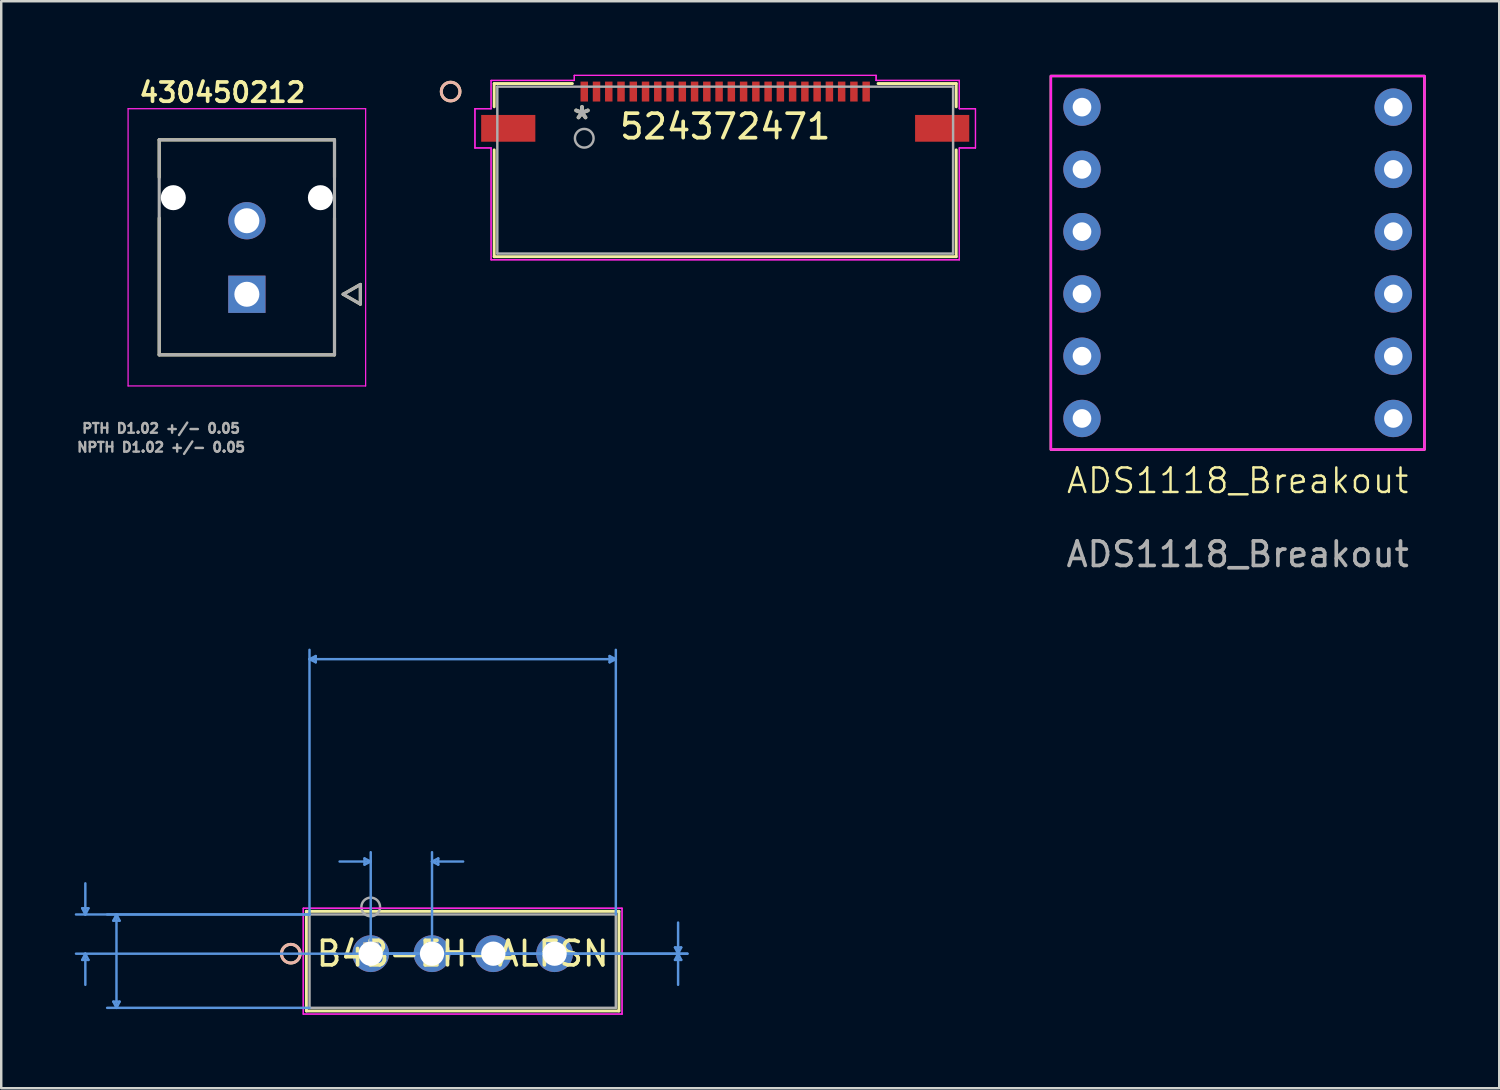
<source format=kicad_pcb>
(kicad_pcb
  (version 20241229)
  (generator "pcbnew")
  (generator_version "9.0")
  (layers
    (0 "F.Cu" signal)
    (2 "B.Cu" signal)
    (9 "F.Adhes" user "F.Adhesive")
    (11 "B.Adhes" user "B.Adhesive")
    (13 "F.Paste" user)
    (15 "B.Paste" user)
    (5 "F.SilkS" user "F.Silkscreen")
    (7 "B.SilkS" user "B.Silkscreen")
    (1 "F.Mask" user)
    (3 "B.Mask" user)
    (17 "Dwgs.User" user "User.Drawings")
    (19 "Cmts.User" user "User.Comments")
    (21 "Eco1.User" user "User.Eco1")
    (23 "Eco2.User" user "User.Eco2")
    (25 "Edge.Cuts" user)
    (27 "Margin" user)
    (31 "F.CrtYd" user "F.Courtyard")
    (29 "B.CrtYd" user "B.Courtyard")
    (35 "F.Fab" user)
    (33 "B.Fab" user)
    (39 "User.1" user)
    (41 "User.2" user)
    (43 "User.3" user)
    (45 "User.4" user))
  (footprint "430450212"
    (layer "F.Cu")
    (at 7.02 8.954)
    (property "Reference" "430450212" (at -1 -8.23 0) (layer "F.SilkS") (effects (font (size 0.787 0.787) (thickness 0.15))))
    (attr through_hole)
    (fp_circle (center -3 -3.94) (end -2.707 -3.94) (stroke (width 0.586) (type solid)) (fill no) (layer "F.Mask"))
    (fp_circle (center 0 -3) (end 0.418 -3) (stroke (width 0.836) (type solid)) (fill no) (layer "F.Mask"))
    (fp_circle (center 3 -3.94) (end 3.293 -3.94) (stroke (width 0.586) (type solid)) (fill no) (layer "F.Mask"))
    (fp_poly (pts (xy -0.836 -0.836) (xy 0.836 -0.836) (xy 0.836 0.836) (xy -0.836 0.836)) (stroke (width 0.01) (type solid)) (fill yes) (layer "F.Mask"))
    (fp_circle (center -3 -3.94) (end -2.707 -3.94) (stroke (width 0.586) (type solid)) (fill no) (layer "B.Mask"))
    (fp_circle (center 0 -3) (end 0.418 -3) (stroke (width 0.836) (type solid)) (fill no) (layer "B.Mask"))
    (fp_circle (center 3 -3.94) (end 3.293 -3.94) (stroke (width 0.586) (type solid)) (fill no) (layer "B.Mask"))
    (fp_poly (pts (xy -0.836 -0.836) (xy 0.836 -0.836) (xy 0.836 0.836) (xy -0.836 0.836)) (stroke (width 0.01) (type solid)) (fill yes) (layer "B.Mask"))
    (fp_line (start -3.575 -6.3) (end 3.575 -6.3) (stroke (width 0.127) (type solid)) (layer "F.SilkS"))
    (fp_line (start -3.575 -4.77) (end -3.575 -6.3) (stroke (width 0.127) (type solid)) (layer "F.SilkS"))
    (fp_line (start -3.575 2.47) (end -3.575 -3.11) (stroke (width 0.127) (type solid)) (layer "F.SilkS"))
    (fp_line (start 3.575 -6.3) (end 3.575 -4.77) (stroke (width 0.127) (type solid)) (layer "F.SilkS"))
    (fp_line (start 3.575 -3.11) (end 3.575 2.47) (stroke (width 0.127) (type solid)) (layer "F.SilkS"))
    (fp_line (start 3.575 2.47) (end -3.575 2.47) (stroke (width 0.127) (type solid)) (layer "F.SilkS"))
    (fp_line (start 3.93 0) (end 4.63 0.4) (stroke (width 0.127) (type solid)) (layer "F.SilkS"))
    (fp_line (start 4.63 -0.4) (end 3.93 0) (stroke (width 0.127) (type solid)) (layer "F.SilkS"))
    (fp_line (start 4.63 0.4) (end 4.63 -0.4) (stroke (width 0.127) (type solid)) (layer "F.SilkS"))
    (fp_line (start -4.845 -7.57) (end 4.845 -7.57) (stroke (width 0.05) (type solid)) (layer "F.CrtYd"))
    (fp_line (start -4.845 3.74) (end -4.845 -7.57) (stroke (width 0.05) (type solid)) (layer "F.CrtYd"))
    (fp_line (start 4.845 -7.57) (end 4.845 3.74) (stroke (width 0.05) (type solid)) (layer "F.CrtYd"))
    (fp_line (start 4.845 3.74) (end -4.845 3.74) (stroke (width 0.05) (type solid)) (layer "F.CrtYd"))
    (fp_line (start -3.575 -6.3) (end -3.575 2.47) (stroke (width 0.127) (type solid)) (layer "F.Fab"))
    (fp_line (start -3.575 2.47) (end 3.575 2.47) (stroke (width 0.127) (type solid)) (layer "F.Fab"))
    (fp_line (start 3.575 -6.3) (end -3.575 -6.3) (stroke (width 0.127) (type solid)) (layer "F.Fab"))
    (fp_line (start 3.575 2.47) (end 3.575 -6.3) (stroke (width 0.127) (type solid)) (layer "F.Fab"))
    (fp_line (start 3.93 0) (end 4.63 0.4) (stroke (width 0.127) (type solid)) (layer "F.Fab"))
    (fp_line (start 4.63 -0.4) (end 3.93 0) (stroke (width 0.127) (type solid)) (layer "F.Fab"))
    (fp_line (start 4.63 0.4) (end 4.63 -0.4) (stroke (width 0.127) (type solid)) (layer "F.Fab"))
    (fp_text user "PTH D1.02 +/- 0.05" (at -3.5 5.47 0) (layer "F.Fab") (effects (font (size 0.394 0.394) (thickness 0.15))))
    (fp_text user "NPTH D1.02 +/- 0.05" (at -3.5 6.24 0) (layer "F.Fab") (effects (font (size 0.394 0.394) (thickness 0.15))))
    (pad "" np_thru_hole circle (at -3 -3.94) (size 1.02 1.02) (drill 1.02) (layers "*.Cu" "*.Mask"))
    (pad "" np_thru_hole circle (at 3 -3.94) (size 1.02 1.02) (drill 1.02) (layers "*.Cu" "*.Mask"))
    (pad "1" thru_hole rect (at 0 0) (size 1.52 1.52) (drill 1.02) (layers "*.Cu"))
    (pad "2" thru_hole circle (at 0 -3) (size 1.52 1.52) (drill 1.02) (layers "*.Cu")))
  (footprint "524372471"
    (layer "F.Cu")
    (at 26.533 3.889)
    (property "Reference" "524372471" (at 0 -1.778 0) (layer "F.SilkS") (effects (font (size 1 1) (thickness 0.15))))
    (attr through_hole)
    (fp_line (start -9.423 -3.531) (end -9.423 -2.582) (stroke (width 0.12) (type solid)) (layer "F.SilkS"))
    (fp_line (start -9.423 -0.825) (end -9.423 3.531) (stroke (width 0.12) (type solid)) (layer "F.SilkS"))
    (fp_line (start -9.423 3.531) (end 9.423 3.531) (stroke (width 0.12) (type solid)) (layer "F.SilkS"))
    (fp_line (start -6.235 -3.531) (end -9.423 -3.531) (stroke (width 0.12) (type solid)) (layer "F.SilkS"))
    (fp_line (start 9.423 -3.531) (end 6.235 -3.531) (stroke (width 0.12) (type solid)) (layer "F.SilkS"))
    (fp_line (start 9.423 -2.582) (end 9.423 -3.531) (stroke (width 0.12) (type solid)) (layer "F.SilkS"))
    (fp_line (start 9.423 3.531) (end 9.423 -0.825) (stroke (width 0.12) (type solid)) (layer "F.SilkS"))
    (fp_circle (center -11.201 -3.204) (end -10.82 -3.204) (stroke (width 0.12) (type solid)) (fill no) (layer "F.SilkS"))
    (fp_circle (center -11.201 -3.204) (end -10.82 -3.204) (stroke (width 0.12) (type solid)) (fill no) (layer "B.SilkS"))
    (fp_line (start -10.209 -2.504) (end -10.209 -0.904) (stroke (width 0.05) (type solid)) (layer "F.CrtYd"))
    (fp_line (start -10.209 -2.504) (end -10.209 -0.904) (stroke (width 0.05) (type solid)) (layer "F.CrtYd"))
    (fp_line (start -10.209 -0.904) (end -9.55 -0.904) (stroke (width 0.05) (type solid)) (layer "F.CrtYd"))
    (fp_line (start -10.209 -0.904) (end -9.55 -0.904) (stroke (width 0.05) (type solid)) (layer "F.CrtYd"))
    (fp_line (start -9.55 -3.658) (end -9.55 -2.504) (stroke (width 0.05) (type solid)) (layer "F.CrtYd"))
    (fp_line (start -9.55 -3.658) (end -9.55 -2.504) (stroke (width 0.05) (type solid)) (layer "F.CrtYd"))
    (fp_line (start -9.55 -2.504) (end -10.209 -2.504) (stroke (width 0.05) (type solid)) (layer "F.CrtYd"))
    (fp_line (start -9.55 -2.504) (end -10.209 -2.504) (stroke (width 0.05) (type solid)) (layer "F.CrtYd"))
    (fp_line (start -9.55 -0.904) (end -9.55 3.658) (stroke (width 0.05) (type solid)) (layer "F.CrtYd"))
    (fp_line (start -9.55 -0.904) (end -9.55 3.658) (stroke (width 0.05) (type solid)) (layer "F.CrtYd"))
    (fp_line (start -9.55 3.658) (end 9.55 3.658) (stroke (width 0.05) (type solid)) (layer "F.CrtYd"))
    (fp_line (start -9.55 3.658) (end 9.55 3.658) (stroke (width 0.05) (type solid)) (layer "F.CrtYd"))
    (fp_line (start -6.156 -3.864) (end -6.156 -3.658) (stroke (width 0.05) (type solid)) (layer "F.CrtYd"))
    (fp_line (start -6.156 -3.864) (end -6.156 -3.658) (stroke (width 0.05) (type solid)) (layer "F.CrtYd"))
    (fp_line (start -6.156 -3.658) (end -9.55 -3.658) (stroke (width 0.05) (type solid)) (layer "F.CrtYd"))
    (fp_line (start -6.156 -3.658) (end -9.55 -3.658) (stroke (width 0.05) (type solid)) (layer "F.CrtYd"))
    (fp_line (start 6.156 -3.864) (end -6.156 -3.864) (stroke (width 0.05) (type solid)) (layer "F.CrtYd"))
    (fp_line (start 6.156 -3.864) (end -6.156 -3.864) (stroke (width 0.05) (type solid)) (layer "F.CrtYd"))
    (fp_line (start 6.156 -3.658) (end 6.156 -3.864) (stroke (width 0.05) (type solid)) (layer "F.CrtYd"))
    (fp_line (start 6.156 -3.658) (end 6.156 -3.864) (stroke (width 0.05) (type solid)) (layer "F.CrtYd"))
    (fp_line (start 9.55 -3.658) (end 6.156 -3.658) (stroke (width 0.05) (type solid)) (layer "F.CrtYd"))
    (fp_line (start 9.55 -3.658) (end 6.156 -3.658) (stroke (width 0.05) (type solid)) (layer "F.CrtYd"))
    (fp_line (start 9.55 -2.504) (end 9.55 -3.658) (stroke (width 0.05) (type solid)) (layer "F.CrtYd"))
    (fp_line (start 9.55 -2.504) (end 9.55 -3.658) (stroke (width 0.05) (type solid)) (layer "F.CrtYd"))
    (fp_line (start 9.55 -0.904) (end 10.209 -0.904) (stroke (width 0.05) (type solid)) (layer "F.CrtYd"))
    (fp_line (start 9.55 -0.904) (end 10.209 -0.904) (stroke (width 0.05) (type solid)) (layer "F.CrtYd"))
    (fp_line (start 9.55 3.658) (end 9.55 -0.904) (stroke (width 0.05) (type solid)) (layer "F.CrtYd"))
    (fp_line (start 9.55 3.658) (end 9.55 -0.904) (stroke (width 0.05) (type solid)) (layer "F.CrtYd"))
    (fp_line (start 10.209 -2.504) (end 9.55 -2.504) (stroke (width 0.05) (type solid)) (layer "F.CrtYd"))
    (fp_line (start 10.209 -2.504) (end 9.55 -2.504) (stroke (width 0.05) (type solid)) (layer "F.CrtYd"))
    (fp_line (start 10.209 -0.904) (end 10.209 -2.504) (stroke (width 0.05) (type solid)) (layer "F.CrtYd"))
    (fp_line (start 10.209 -0.904) (end 10.209 -2.504) (stroke (width 0.05) (type solid)) (layer "F.CrtYd"))
    (fp_line (start -9.296 -3.404) (end -9.296 3.404) (stroke (width 0.1) (type solid)) (layer "F.Fab"))
    (fp_line (start -9.296 3.404) (end 9.296 3.404) (stroke (width 0.1) (type solid)) (layer "F.Fab"))
    (fp_line (start 9.296 -3.404) (end -9.296 -3.404) (stroke (width 0.1) (type solid)) (layer "F.Fab"))
    (fp_line (start 9.296 3.404) (end 9.296 -3.404) (stroke (width 0.1) (type solid)) (layer "F.Fab"))
    (fp_circle (center -5.75 -1.299) (end -5.369 -1.299) (stroke (width 0.1) (type solid)) (fill no) (layer "F.Fab"))
    (fp_text user "*" (at -5.842 -2.032 0) (layer "F.SilkS") (effects (font (size 1 1) (thickness 0.15))))
    (fp_text user "*" (at -5.842 -2.032 0) (layer "F.Fab") (effects (font (size 1 1) (thickness 0.15))))
    (pad "1" smd rect (at -5.75 -3.204) (size 0.305 0.813) (layers "F.Cu" "F.Mask" "F.Paste"))
    (pad "2" smd rect (at -5.25 -3.204) (size 0.305 0.813) (layers "F.Cu" "F.Mask" "F.Paste"))
    (pad "3" smd rect (at -4.75 -3.204) (size 0.305 0.813) (layers "F.Cu" "F.Mask" "F.Paste"))
    (pad "4" smd rect (at -4.25 -3.204) (size 0.305 0.813) (layers "F.Cu" "F.Mask" "F.Paste"))
    (pad "5" smd rect (at -3.75 -3.204) (size 0.305 0.813) (layers "F.Cu" "F.Mask" "F.Paste"))
    (pad "6" smd rect (at -3.25 -3.204) (size 0.305 0.813) (layers "F.Cu" "F.Mask" "F.Paste"))
    (pad "7" smd rect (at -2.75 -3.204) (size 0.305 0.813) (layers "F.Cu" "F.Mask" "F.Paste"))
    (pad "8" smd rect (at -2.25 -3.204) (size 0.305 0.813) (layers "F.Cu" "F.Mask" "F.Paste"))
    (pad "9" smd rect (at -1.75 -3.204) (size 0.305 0.813) (layers "F.Cu" "F.Mask" "F.Paste"))
    (pad "10" smd rect (at -1.25 -3.204) (size 0.305 0.813) (layers "F.Cu" "F.Mask" "F.Paste"))
    (pad "11" smd rect (at -0.75 -3.204) (size 0.305 0.813) (layers "F.Cu" "F.Mask" "F.Paste"))
    (pad "12" smd rect (at -0.25 -3.204) (size 0.305 0.813) (layers "F.Cu" "F.Mask" "F.Paste"))
    (pad "13" smd rect (at 0.25 -3.204) (size 0.305 0.813) (layers "F.Cu" "F.Mask" "F.Paste"))
    (pad "14" smd rect (at 0.75 -3.204) (size 0.305 0.813) (layers "F.Cu" "F.Mask" "F.Paste"))
    (pad "15" smd rect (at 1.25 -3.204) (size 0.305 0.813) (layers "F.Cu" "F.Mask" "F.Paste"))
    (pad "16" smd rect (at 1.75 -3.204) (size 0.305 0.813) (layers "F.Cu" "F.Mask" "F.Paste"))
    (pad "17" smd rect (at 2.25 -3.204) (size 0.305 0.813) (layers "F.Cu" "F.Mask" "F.Paste"))
    (pad "18" smd rect (at 2.75 -3.204) (size 0.305 0.813) (layers "F.Cu" "F.Mask" "F.Paste"))
    (pad "19" smd rect (at 3.25 -3.204) (size 0.305 0.813) (layers "F.Cu" "F.Mask" "F.Paste"))
    (pad "20" smd rect (at 3.75 -3.204) (size 0.305 0.813) (layers "F.Cu" "F.Mask" "F.Paste"))
    (pad "21" smd rect (at 4.25 -3.204) (size 0.305 0.813) (layers "F.Cu" "F.Mask" "F.Paste"))
    (pad "22" smd rect (at 4.75 -3.204) (size 0.305 0.813) (layers "F.Cu" "F.Mask" "F.Paste"))
    (pad "23" smd rect (at 5.25 -3.204) (size 0.305 0.813) (layers "F.Cu" "F.Mask" "F.Paste"))
    (pad "24" smd rect (at 5.75 -3.204) (size 0.305 0.813) (layers "F.Cu" "F.Mask" "F.Paste"))
    (pad "25" smd rect (at -8.85 -1.704 90) (size 1.092 2.21) (layers "F.Cu" "F.Mask" "F.Paste"))
    (pad "26" smd rect (at 8.85 -1.704 90) (size 1.092 2.21) (layers "F.Cu" "F.Mask" "F.Paste")))
  (footprint "B4B-EH-ALFSN"
    (layer "F.Cu")
    (at 12.073 35.853)
    (property "Reference" "B4B-EH-ALFSN" (at 3.75 0 0) (layer "F.SilkS") (effects (font (size 1 1) (thickness 0.15))))
    (attr through_hole)
    (fp_line (start -2.625 -1.727) (end -2.625 2.337) (stroke (width 0.12) (type solid)) (layer "F.SilkS"))
    (fp_line (start -2.625 2.337) (end 10.125 2.337) (stroke (width 0.12) (type solid)) (layer "F.SilkS"))
    (fp_line (start 10.125 -1.727) (end -2.625 -1.727) (stroke (width 0.12) (type solid)) (layer "F.SilkS"))
    (fp_line (start 10.125 2.337) (end 10.125 -1.727) (stroke (width 0.12) (type solid)) (layer "F.SilkS"))
    (fp_circle (center -3.26 0) (end -2.879 0) (stroke (width 0.12) (type solid)) (fill no) (layer "F.SilkS"))
    (fp_circle (center -3.26 0) (end -2.879 0) (stroke (width 0.12) (type solid)) (fill no) (layer "B.SilkS"))
    (fp_line (start -11.769 -1.854) (end -11.515 -1.854) (stroke (width 0.1) (type solid)) (layer "Cmts.User"))
    (fp_line (start -11.769 0.254) (end -11.515 0.254) (stroke (width 0.1) (type solid)) (layer "Cmts.User"))
    (fp_line (start -11.642 -1.6) (end -11.769 -1.854) (stroke (width 0.1) (type solid)) (layer "Cmts.User"))
    (fp_line (start -11.642 -1.6) (end -11.642 -2.87) (stroke (width 0.1) (type solid)) (layer "Cmts.User"))
    (fp_line (start -11.642 -1.6) (end -11.515 -1.854) (stroke (width 0.1) (type solid)) (layer "Cmts.User"))
    (fp_line (start -11.642 0) (end -11.769 0.254) (stroke (width 0.1) (type solid)) (layer "Cmts.User"))
    (fp_line (start -11.642 0) (end -11.642 1.27) (stroke (width 0.1) (type solid)) (layer "Cmts.User"))
    (fp_line (start -11.642 0) (end -11.515 0.254) (stroke (width 0.1) (type solid)) (layer "Cmts.User"))
    (fp_line (start -10.499 -1.346) (end -10.245 -1.346) (stroke (width 0.1) (type solid)) (layer "Cmts.User"))
    (fp_line (start -10.499 1.956) (end -10.245 1.956) (stroke (width 0.1) (type solid)) (layer "Cmts.User"))
    (fp_line (start -10.372 -1.6) (end -10.499 -1.346) (stroke (width 0.1) (type solid)) (layer "Cmts.User"))
    (fp_line (start -10.372 -1.6) (end -10.372 2.21) (stroke (width 0.1) (type solid)) (layer "Cmts.User"))
    (fp_line (start -10.372 -1.6) (end -10.245 -1.346) (stroke (width 0.1) (type solid)) (layer "Cmts.User"))
    (fp_line (start -10.372 2.21) (end -10.499 1.956) (stroke (width 0.1) (type solid)) (layer "Cmts.User"))
    (fp_line (start -10.372 2.21) (end -10.245 1.956) (stroke (width 0.1) (type solid)) (layer "Cmts.User"))
    (fp_line (start -2.498 -12.014) (end -2.244 -12.141) (stroke (width 0.1) (type solid)) (layer "Cmts.User"))
    (fp_line (start -2.498 -12.014) (end -2.244 -11.887) (stroke (width 0.1) (type solid)) (layer "Cmts.User"))
    (fp_line (start -2.498 -12.014) (end 9.998 -12.014) (stroke (width 0.1) (type solid)) (layer "Cmts.User"))
    (fp_line (start -2.498 -1.6) (end -12.023 -1.6) (stroke (width 0.1) (type solid)) (layer "Cmts.User"))
    (fp_line (start -2.498 -1.6) (end -10.753 -1.6) (stroke (width 0.1) (type solid)) (layer "Cmts.User"))
    (fp_line (start -2.498 -1.6) (end -2.498 -12.395) (stroke (width 0.1) (type solid)) (layer "Cmts.User"))
    (fp_line (start -2.498 2.21) (end -10.753 2.21) (stroke (width 0.1) (type solid)) (layer "Cmts.User"))
    (fp_line (start -2.244 -12.141) (end -2.244 -11.887) (stroke (width 0.1) (type solid)) (layer "Cmts.User"))
    (fp_line (start -0.254 -3.886) (end -0.254 -3.632) (stroke (width 0.1) (type solid)) (layer "Cmts.User"))
    (fp_line (start 0 -3.759) (end -1.27 -3.759) (stroke (width 0.1) (type solid)) (layer "Cmts.User"))
    (fp_line (start 0 -3.759) (end -0.254 -3.886) (stroke (width 0.1) (type solid)) (layer "Cmts.User"))
    (fp_line (start 0 -3.759) (end -0.254 -3.632) (stroke (width 0.1) (type solid)) (layer "Cmts.User"))
    (fp_line (start 0 0) (end 0 -4.14) (stroke (width 0.1) (type solid)) (layer "Cmts.User"))
    (fp_line (start 0 0) (end 12.919 0) (stroke (width 0.1) (type solid)) (layer "Cmts.User"))
    (fp_line (start 0 0) (end 12.919 0) (stroke (width 0.1) (type solid)) (layer "Cmts.User"))
    (fp_line (start 2.5 -3.759) (end 2.754 -3.886) (stroke (width 0.1) (type solid)) (layer "Cmts.User"))
    (fp_line (start 2.5 -3.759) (end 2.754 -3.632) (stroke (width 0.1) (type solid)) (layer "Cmts.User"))
    (fp_line (start 2.5 -3.759) (end 3.77 -3.759) (stroke (width 0.1) (type solid)) (layer "Cmts.User"))
    (fp_line (start 2.5 0) (end 2.5 -4.14) (stroke (width 0.1) (type solid)) (layer "Cmts.User"))
    (fp_line (start 2.754 -3.886) (end 2.754 -3.632) (stroke (width 0.1) (type solid)) (layer "Cmts.User"))
    (fp_line (start 3.75 0) (end -12.023 0) (stroke (width 0.1) (type solid)) (layer "Cmts.User"))
    (fp_line (start 9.744 -12.141) (end 9.744 -11.887) (stroke (width 0.1) (type solid)) (layer "Cmts.User"))
    (fp_line (start 9.998 -12.014) (end 9.744 -12.141) (stroke (width 0.1) (type solid)) (layer "Cmts.User"))
    (fp_line (start 9.998 -12.014) (end 9.744 -11.887) (stroke (width 0.1) (type solid)) (layer "Cmts.User"))
    (fp_line (start 9.998 -1.6) (end 9.998 -12.395) (stroke (width 0.1) (type solid)) (layer "Cmts.User"))
    (fp_line (start 12.411 -0.254) (end 12.665 -0.254) (stroke (width 0.1) (type solid)) (layer "Cmts.User"))
    (fp_line (start 12.411 0.254) (end 12.665 0.254) (stroke (width 0.1) (type solid)) (layer "Cmts.User"))
    (fp_line (start 12.538 0) (end 12.411 -0.254) (stroke (width 0.1) (type solid)) (layer "Cmts.User"))
    (fp_line (start 12.538 0) (end 12.411 0.254) (stroke (width 0.1) (type solid)) (layer "Cmts.User"))
    (fp_line (start 12.538 0) (end 12.538 -1.27) (stroke (width 0.1) (type solid)) (layer "Cmts.User"))
    (fp_line (start 12.538 0) (end 12.538 1.27) (stroke (width 0.1) (type solid)) (layer "Cmts.User"))
    (fp_line (start 12.538 0) (end 12.665 -0.254) (stroke (width 0.1) (type solid)) (layer "Cmts.User"))
    (fp_line (start 12.538 0) (end 12.665 0.254) (stroke (width 0.1) (type solid)) (layer "Cmts.User"))
    (fp_line (start -2.752 -1.854) (end -2.752 2.464) (stroke (width 0.05) (type solid)) (layer "F.CrtYd"))
    (fp_line (start -2.752 -1.854) (end -2.752 2.464) (stroke (width 0.05) (type solid)) (layer "F.CrtYd"))
    (fp_line (start -2.752 2.464) (end 10.252 2.464) (stroke (width 0.05) (type solid)) (layer "F.CrtYd"))
    (fp_line (start -2.752 2.464) (end 10.252 2.464) (stroke (width 0.05) (type solid)) (layer "F.CrtYd"))
    (fp_line (start 10.252 -1.854) (end -2.752 -1.854) (stroke (width 0.05) (type solid)) (layer "F.CrtYd"))
    (fp_line (start 10.252 -1.854) (end -2.752 -1.854) (stroke (width 0.05) (type solid)) (layer "F.CrtYd"))
    (fp_line (start 10.252 2.464) (end 10.252 -1.854) (stroke (width 0.05) (type solid)) (layer "F.CrtYd"))
    (fp_line (start 10.252 2.464) (end 10.252 -1.854) (stroke (width 0.05) (type solid)) (layer "F.CrtYd"))
    (fp_line (start -2.498 -1.6) (end -2.498 2.21) (stroke (width 0.1) (type solid)) (layer "F.Fab"))
    (fp_line (start -2.498 2.21) (end 9.998 2.21) (stroke (width 0.1) (type solid)) (layer "F.Fab"))
    (fp_line (start 9.998 -1.6) (end -2.498 -1.6) (stroke (width 0.1) (type solid)) (layer "F.Fab"))
    (fp_line (start 9.998 2.21) (end 9.998 -1.6) (stroke (width 0.1) (type solid)) (layer "F.Fab"))
    (fp_circle (center 0 -1.905) (end 0.381 -1.905) (stroke (width 0.1) (type solid)) (fill no) (layer "F.Fab"))
    (fp_text user "*" (at 0 0 0) (layer "F.SilkS") (effects (font (size 1 1) (thickness 0.15))))
    (fp_text user "Copyright 2021 Accelerated Designs. All rights reserved." (at 0 0 0) (layer "Cmts.User") (effects (font (size 0.127 0.127) (thickness 0.002))))
    (fp_text user "*" (at 0 0 0) (layer "F.Fab") (effects (font (size 1 1) (thickness 0.15))))
    (pad "1" thru_hole circle (at 0 0) (size 1.499 1.499) (drill 0.991) (layers "*.Cu" "*.Mask"))
    (pad "2" thru_hole circle (at 2.5 0) (size 1.499 1.499) (drill 0.991) (layers "*.Cu" "*.Mask"))
    (pad "3" thru_hole circle (at 5 0) (size 1.499 1.499) (drill 0.991) (layers "*.Cu" "*.Mask"))
    (pad "4" thru_hole circle (at 7.5 0) (size 1.499 1.499) (drill 0.991) (layers "*.Cu" "*.Mask")))
  (footprint "ADS1118_Breakout"
    (layer "F.Cu")
    (at 47.437 7.67)
    (property "Reference" "ADS1118_Breakout" (at 0 8.89 0) (unlocked yes) (layer "F.SilkS") (effects (font (size 1 1) (thickness 0.1))))
    (attr through_hole)
    (fp_rect (start -7.62 -7.62) (end 7.62 7.62) (stroke (width 0.1) (type default)) (fill no) (layer "F.SilkS"))
    (fp_rect (start -7.62 -7.62) (end 7.62 7.62) (stroke (width 0.1) (type default)) (fill no) (layer "F.CrtYd"))
    (fp_text user "${REFERENCE}" (at 0 11.89 0) (unlocked yes) (layer "F.Fab") (effects (font (size 1 1) (thickness 0.15))))
    (pad "1" thru_hole circle (at -6.35 -6.35) (size 1.524 1.524) (drill 0.762) (layers "*.Cu" "*.Mask"))
    (pad "2" thru_hole circle (at -6.35 -3.81) (size 1.524 1.524) (drill 0.762) (layers "*.Cu" "*.Mask"))
    (pad "3" thru_hole circle (at -6.35 -1.27) (size 1.524 1.524) (drill 0.762) (layers "*.Cu" "*.Mask"))
    (pad "4" thru_hole circle (at -6.35 1.27) (size 1.524 1.524) (drill 0.762) (layers "*.Cu" "*.Mask"))
    (pad "5" thru_hole circle (at -6.35 3.81) (size 1.524 1.524) (drill 0.762) (layers "*.Cu" "*.Mask"))
    (pad "6" thru_hole circle (at -6.35 6.35) (size 1.524 1.524) (drill 0.762) (layers "*.Cu" "*.Mask"))
    (pad "7" thru_hole circle (at 6.35 -6.35) (size 1.524 1.524) (drill 0.762) (layers "*.Cu" "*.Mask"))
    (pad "8" thru_hole circle (at 6.35 -3.81) (size 1.524 1.524) (drill 0.762) (layers "*.Cu" "*.Mask"))
    (pad "9" thru_hole circle (at 6.35 -1.27) (size 1.524 1.524) (drill 0.762) (layers "*.Cu" "*.Mask"))
    (pad "10" thru_hole circle (at 6.35 1.27) (size 1.524 1.524) (drill 0.762) (layers "*.Cu" "*.Mask"))
    (pad "11" thru_hole circle (at 6.35 3.81) (size 1.524 1.524) (drill 0.762) (layers "*.Cu" "*.Mask"))
    (pad "12" thru_hole circle (at 6.35 6.35) (size 1.524 1.524) (drill 0.762) (layers "*.Cu" "*.Mask")))
  (gr_rect
    (start -3 -3)
    (end 58.107 41.342)
    (stroke (width 0.1) (type default))
    (fill no)
    (layer "Edge.Cuts")))
</source>
